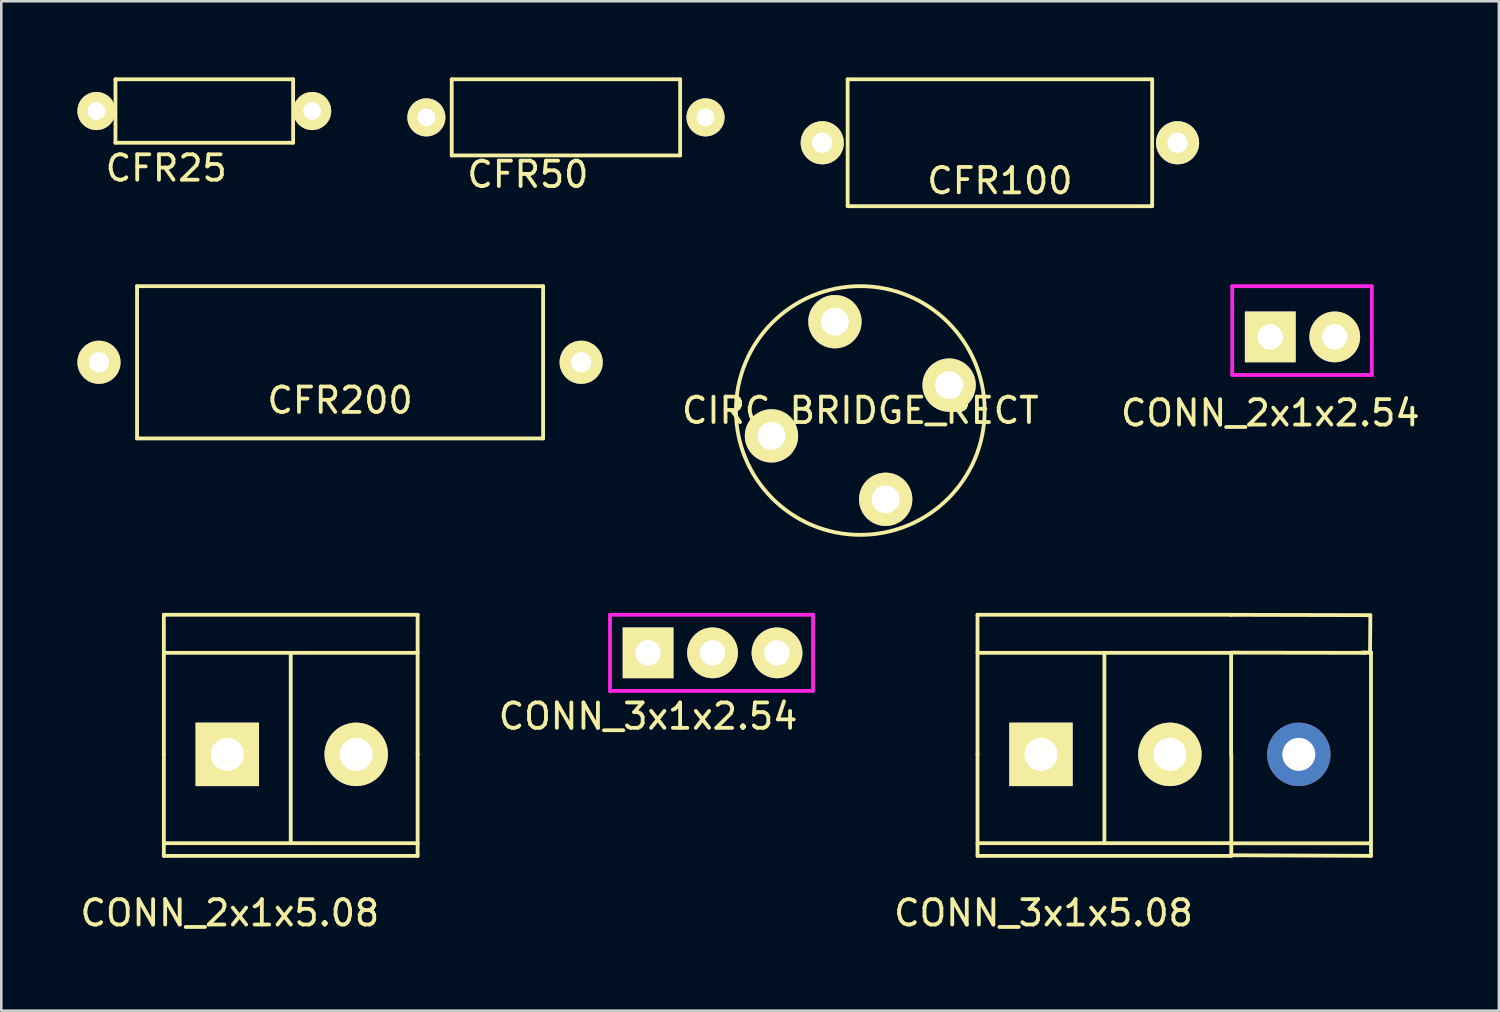
<source format=kicad_pcb>
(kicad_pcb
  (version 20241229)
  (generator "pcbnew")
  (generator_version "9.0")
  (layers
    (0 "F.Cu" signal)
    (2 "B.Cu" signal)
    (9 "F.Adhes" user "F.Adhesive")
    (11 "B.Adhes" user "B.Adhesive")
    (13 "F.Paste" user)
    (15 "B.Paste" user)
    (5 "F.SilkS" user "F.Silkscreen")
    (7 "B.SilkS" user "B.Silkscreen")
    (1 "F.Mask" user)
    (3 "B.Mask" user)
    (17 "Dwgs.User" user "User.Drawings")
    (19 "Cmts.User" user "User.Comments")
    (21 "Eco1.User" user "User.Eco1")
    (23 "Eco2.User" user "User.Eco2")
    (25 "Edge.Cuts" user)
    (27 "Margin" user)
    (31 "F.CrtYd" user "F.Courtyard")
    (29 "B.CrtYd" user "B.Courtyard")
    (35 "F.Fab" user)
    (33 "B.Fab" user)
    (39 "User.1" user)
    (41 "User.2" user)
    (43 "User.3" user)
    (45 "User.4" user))
  (footprint "CFR25"
    (layer "F.Cu")
    (at 5 1.325)
    (property "Reference" "CFR25" (at -1.5 2.25 0) (layer "F.SilkS") (effects (font (size 1 1) (thickness 0.15))))
    (attr through_hole)
    (fp_line (start -3.5 -1.25) (end -3.5 1.25) (stroke (width 0.15) (type solid)) (layer "F.SilkS"))
    (fp_line (start -3.5 1.25) (end 3.5 1.25) (stroke (width 0.15) (type solid)) (layer "F.SilkS"))
    (fp_line (start 3.5 -1.25) (end -3.5 -1.25) (stroke (width 0.15) (type solid)) (layer "F.SilkS"))
    (fp_line (start 3.5 1.25) (end 3.5 -1.25) (stroke (width 0.15) (type solid)) (layer "F.SilkS"))
    (pad "1" thru_hole circle (at -4.25 0) (size 1.5 1.5) (drill 0.7) (layers "*.Cu" "*.Mask" "F.SilkS"))
    (pad "2" thru_hole circle (at 4.25 0) (size 1.5 1.5) (drill 0.7) (layers "*.Cu" "*.Mask" "F.SilkS")))
  (footprint "CONN_2x1x5.08"
    (layer "F.Cu")
    (at 5.906 26.675)
    (property "Reference" "CONN_2x1x5.08" (at 0.1 6.25 0) (layer "F.SilkS") (effects (font (size 1 1) (thickness 0.15))))
    (attr through_hole)
    (fp_line (start -2.5 -5.5) (end -2.5 0) (stroke (width 0.15) (type solid)) (layer "F.SilkS"))
    (fp_line (start -2.5 -4) (end 7.5 -4) (stroke (width 0.15) (type solid)) (layer "F.SilkS"))
    (fp_line (start -2.5 0) (end -2.5 4) (stroke (width 0.15) (type solid)) (layer "F.SilkS"))
    (fp_line (start -2.5 3.5) (end 7.5 3.5) (stroke (width 0.15) (type solid)) (layer "F.SilkS"))
    (fp_line (start -2.5 4) (end 7.5 4) (stroke (width 0.15) (type solid)) (layer "F.SilkS"))
    (fp_line (start 2.5 -4) (end 2.5 3.5) (stroke (width 0.15) (type solid)) (layer "F.SilkS"))
    (fp_line (start 7.5 -5.5) (end -2.5 -5.5) (stroke (width 0.15) (type solid)) (layer "F.SilkS"))
    (fp_line (start 7.5 0) (end 7.5 -5.5) (stroke (width 0.15) (type solid)) (layer "F.SilkS"))
    (fp_line (start 7.5 4) (end 7.5 0) (stroke (width 0.15) (type solid)) (layer "F.SilkS"))
    (pad "1" thru_hole rect (at 0 0) (size 2.5 2.5) (drill 1.3) (layers "*.Cu" "*.Mask" "F.SilkS"))
    (pad "2" thru_hole circle (at 5.08 0) (size 2.5 2.5) (drill 1.3) (layers "*.Cu" "*.Mask" "F.SilkS")))
  (footprint "CONN_3x1x2.54"
    (layer "F.Cu")
    (at 22.487 22.675)
    (property "Reference" "CONN_3x1x2.54" (at 0 2.5 0) (layer "F.SilkS") (effects (font (size 1 1) (thickness 0.15))))
    (attr through_hole)
    (fp_line (start -1.5 -1.5) (end 6.5 -1.5) (stroke (width 0.15) (type solid)) (layer "F.CrtYd"))
    (fp_line (start -1.5 1.5) (end -1.5 -1.5) (stroke (width 0.15) (type solid)) (layer "F.CrtYd"))
    (fp_line (start 6.5 -1.5) (end 6.5 1.5) (stroke (width 0.15) (type solid)) (layer "F.CrtYd"))
    (fp_line (start 6.5 1.5) (end -1.5 1.5) (stroke (width 0.15) (type solid)) (layer "F.CrtYd"))
    (pad "1" thru_hole rect (at 0 0) (size 2 2) (drill 1) (layers "*.Cu" "*.Mask" "F.SilkS"))
    (pad "2" thru_hole circle (at 2.54 0) (size 2 2) (drill 1) (layers "*.Cu" "*.Mask" "F.SilkS"))
    (pad "3" thru_hole circle (at 5.08 0) (size 2 2) (drill 1) (layers "*.Cu" "*.Mask" "F.SilkS")))
  (footprint "CONN_3x1x5.08"
    (layer "F.Cu")
    (at 37.968 26.675)
    (property "Reference" "CONN_3x1x5.08" (at 0.1 6.25 0) (layer "F.SilkS") (effects (font (size 1 1) (thickness 0.15))))
    (attr through_hole)
    (fp_line (start -2.5 -5.5) (end -2.5 0) (stroke (width 0.15) (type solid)) (layer "F.SilkS"))
    (fp_line (start -2.5 -4) (end 7.5 -4) (stroke (width 0.15) (type solid)) (layer "F.SilkS"))
    (fp_line (start -2.5 0) (end -2.5 4) (stroke (width 0.15) (type solid)) (layer "F.SilkS"))
    (fp_line (start -2.5 3.5) (end 7.5 3.5) (stroke (width 0.15) (type solid)) (layer "F.SilkS"))
    (fp_line (start -2.5 4) (end 7.5 4) (stroke (width 0.15) (type solid)) (layer "F.SilkS"))
    (fp_line (start 2.5 -4) (end 2.5 3.5) (stroke (width 0.15) (type solid)) (layer "F.SilkS"))
    (fp_line (start 7.455 3.975) (end 13.005 4) (stroke (width 0.15) (type solid)) (layer "F.SilkS"))
    (fp_line (start 7.48 -5.499) (end 12.979 -5.486) (stroke (width 0.15) (type solid)) (layer "F.SilkS"))
    (fp_line (start 7.48 3.505) (end 13.005 3.505) (stroke (width 0.15) (type solid)) (layer "F.SilkS"))
    (fp_line (start 7.493 -0.013) (end 7.493 -3.988) (stroke (width 0.15) (type solid)) (layer "F.SilkS"))
    (fp_line (start 7.5 -5.5) (end -2.5 -5.5) (stroke (width 0.15) (type solid)) (layer "F.SilkS"))
    (fp_line (start 7.5 4) (end 7.5 0) (stroke (width 0.15) (type solid)) (layer "F.SilkS"))
    (fp_line (start 7.511 -4.008) (end 12.814 -4) (stroke (width 0.15) (type solid)) (layer "F.SilkS"))
    (fp_line (start 12.979 -5.486) (end 12.967 -3.975) (stroke (width 0.15) (type solid)) (layer "F.SilkS"))
    (fp_line (start 13.005 -4.013) (end 12.662 -4.013) (stroke (width 0.15) (type solid)) (layer "F.SilkS"))
    (fp_line (start 13.005 4) (end 13.005 -4.013) (stroke (width 0.15) (type solid)) (layer "F.SilkS"))
    (pad "1" thru_hole rect (at 0 0) (size 2.5 2.5) (drill 1.3) (layers "*.Cu" "*.Mask" "F.SilkS"))
    (pad "2" thru_hole circle (at 5.08 0) (size 2.5 2.5) (drill 1.3) (layers "*.Cu" "*.Mask" "F.SilkS"))
    (pad "3" thru_hole circle (at 10.16 0) (size 2.5 2.5) (drill 1.3) (layers "*.Cu" "*.Mask")))
  (footprint "CFR200"
    (layer "F.Cu")
    (at 10.35 11.225)
    (property "Reference" "CFR200" (at 0 1.5 0) (layer "F.SilkS") (effects (font (size 1 1) (thickness 0.15))))
    (attr through_hole)
    (fp_line (start -8 -3) (end -8 3) (stroke (width 0.15) (type solid)) (layer "F.SilkS"))
    (fp_line (start -8 3) (end 8 3) (stroke (width 0.15) (type solid)) (layer "F.SilkS"))
    (fp_line (start 8 -3) (end -8 -3) (stroke (width 0.15) (type solid)) (layer "F.SilkS"))
    (fp_line (start 8 3) (end 8 -3) (stroke (width 0.15) (type solid)) (layer "F.SilkS"))
    (pad "1" thru_hole circle (at -9.5 0) (size 1.7 1.7) (drill 0.8) (layers "*.Cu" "*.Mask" "F.SilkS"))
    (pad "2" thru_hole circle (at 9.5 0) (size 1.7 1.7) (drill 0.8) (layers "*.Cu" "*.Mask" "F.SilkS")))
  (footprint "CONN_2x1x2.54"
    (layer "F.Cu")
    (at 47.004 10.225)
    (property "Reference" "CONN_2x1x2.54" (at 0 3 0) (layer "F.SilkS") (effects (font (size 1 1) (thickness 0.15))))
    (attr through_hole)
    (fp_line (start -1.5 -2) (end 4 -2) (stroke (width 0.15) (type solid)) (layer "F.CrtYd"))
    (fp_line (start -1.5 1.5) (end -1.5 -2) (stroke (width 0.15) (type solid)) (layer "F.CrtYd"))
    (fp_line (start 4 -2) (end 4 1.5) (stroke (width 0.15) (type solid)) (layer "F.CrtYd"))
    (fp_line (start 4 1.5) (end -1.5 1.5) (stroke (width 0.15) (type solid)) (layer "F.CrtYd"))
    (pad "1" thru_hole rect (at 0 0) (size 2 2) (drill 1) (layers "*.Cu" "*.Mask" "F.SilkS"))
    (pad "2" thru_hole circle (at 2.54 0) (size 2 2) (drill 1) (layers "*.Cu" "*.Mask" "F.SilkS")))
  (footprint "CIRC_BRIDGE_RECT"
    (layer "F.Cu")
    (at 30.849 13.125)
    (property "Reference" "CIRC_BRIDGE_RECT" (at 0 0 0) (layer "F.SilkS") (effects (font (size 1 1) (thickness 0.15))))
    (attr through_hole)
    (fp_circle (center 0 0) (end 0 4.9) (stroke (width 0.15) (type solid)) (fill no) (layer "F.SilkS"))
    (pad "1" thru_hole circle (at -1 -3.5) (size 2.1 2.1) (drill 1.1) (layers "*.Cu" "*.Mask" "F.SilkS"))
    (pad "2" thru_hole circle (at -3.5 1) (size 2.1 2.1) (drill 1.1) (layers "*.Cu" "*.Mask" "F.SilkS"))
    (pad "3" thru_hole circle (at 1 3.5) (size 2.1 2.1) (drill 1.1) (layers "*.Cu" "*.Mask" "F.SilkS"))
    (pad "4" thru_hole circle (at 3.5 -1) (size 2.1 2.1) (drill 1.1) (layers "*.Cu" "*.Mask" "F.SilkS")))
  (footprint "CFR50"
    (layer "F.Cu")
    (at 19.25 1.575)
    (property "Reference" "CFR50" (at -1.5 2.25 0) (layer "F.SilkS") (effects (font (size 1 1) (thickness 0.15))))
    (attr through_hole)
    (fp_line (start -4.5 -1.5) (end -4.5 1.5) (stroke (width 0.15) (type solid)) (layer "F.SilkS"))
    (fp_line (start -4.5 1.5) (end 4.5 1.5) (stroke (width 0.15) (type solid)) (layer "F.SilkS"))
    (fp_line (start 4.5 -1.5) (end -4.5 -1.5) (stroke (width 0.15) (type solid)) (layer "F.SilkS"))
    (fp_line (start 4.5 1.5) (end 4.5 -1.5) (stroke (width 0.15) (type solid)) (layer "F.SilkS"))
    (pad "1" thru_hole circle (at -5.5 0) (size 1.5 1.5) (drill 0.7) (layers "*.Cu" "*.Mask" "F.SilkS"))
    (pad "2" thru_hole circle (at 5.5 0) (size 1.5 1.5) (drill 0.7) (layers "*.Cu" "*.Mask" "F.SilkS")))
  (footprint "CFR100"
    (layer "F.Cu")
    (at 36.35 2.575)
    (property "Reference" "CFR100" (at 0 1.5 0) (layer "F.SilkS") (effects (font (size 1 1) (thickness 0.15))))
    (attr through_hole)
    (fp_line (start -6 -2.5) (end -6 2.5) (stroke (width 0.15) (type solid)) (layer "F.SilkS"))
    (fp_line (start -6 2.5) (end 6 2.5) (stroke (width 0.15) (type solid)) (layer "F.SilkS"))
    (fp_line (start 6 -2.5) (end -6 -2.5) (stroke (width 0.15) (type solid)) (layer "F.SilkS"))
    (fp_line (start 6 2.5) (end 6 -2.5) (stroke (width 0.15) (type solid)) (layer "F.SilkS"))
    (pad "1" thru_hole circle (at -7 0) (size 1.7 1.7) (drill 0.8) (layers "*.Cu" "*.Mask" "F.SilkS"))
    (pad "2" thru_hole circle (at 7 0) (size 1.7 1.7) (drill 0.8) (layers "*.Cu" "*.Mask" "F.SilkS")))
  (gr_rect
    (start -3 -3)
    (end 56.01 36.773)
    (stroke (width 0.1) (type default))
    (fill no)
    (layer "Edge.Cuts")))
</source>
